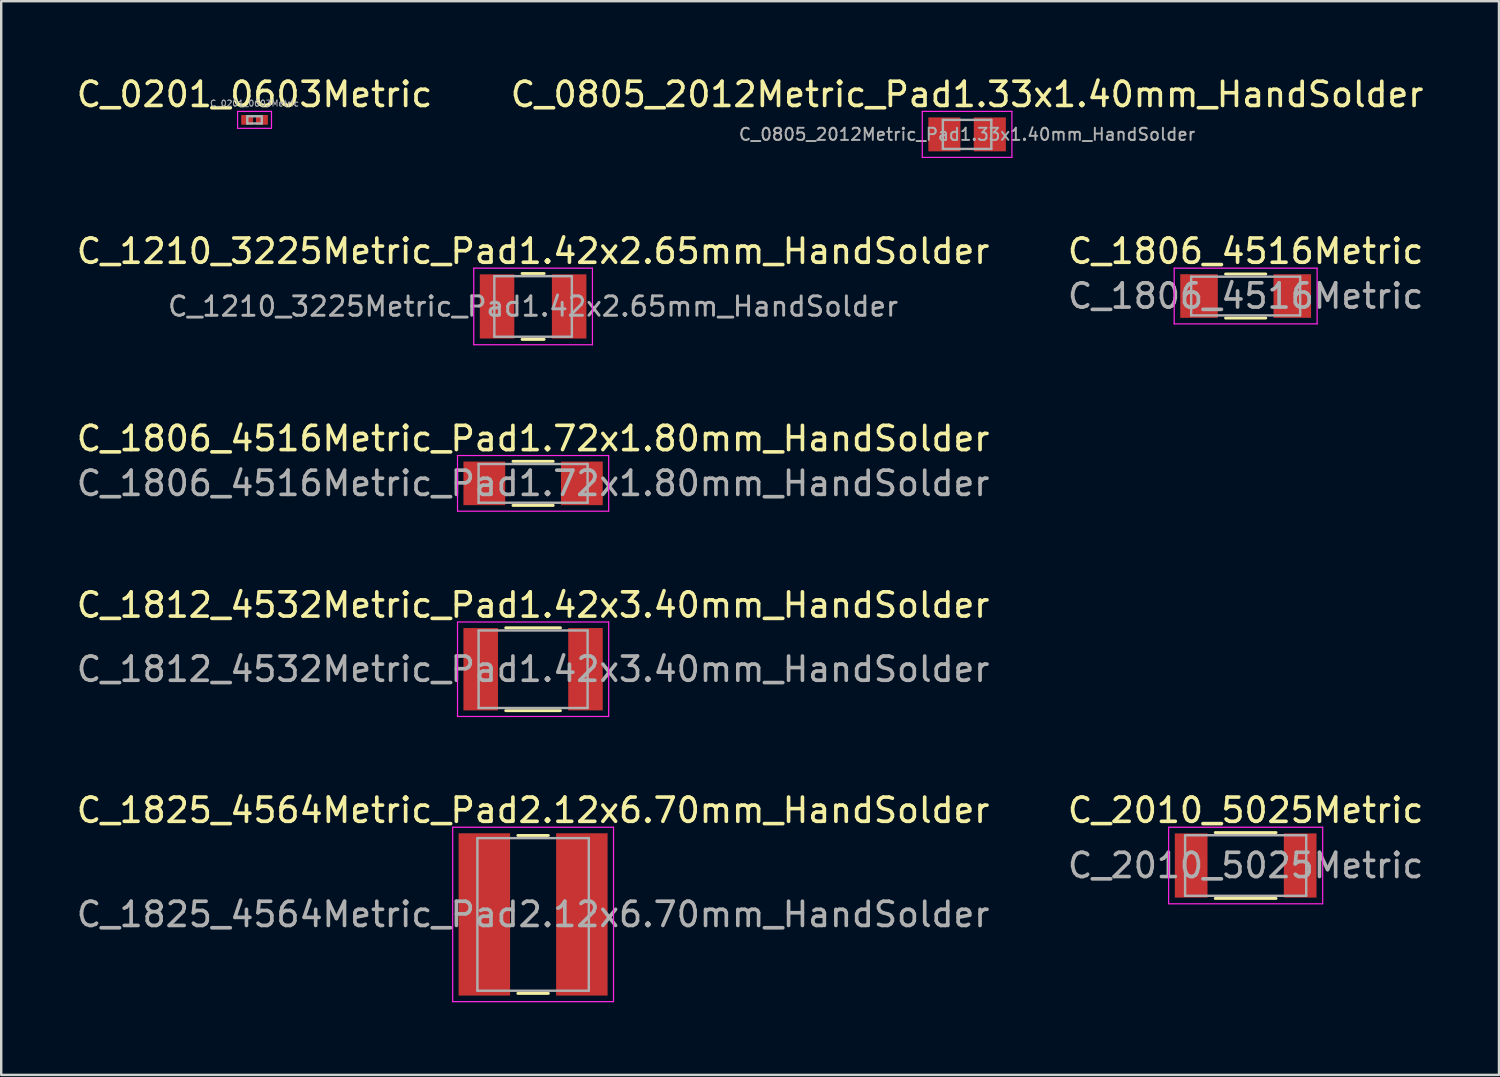
<source format=kicad_pcb>
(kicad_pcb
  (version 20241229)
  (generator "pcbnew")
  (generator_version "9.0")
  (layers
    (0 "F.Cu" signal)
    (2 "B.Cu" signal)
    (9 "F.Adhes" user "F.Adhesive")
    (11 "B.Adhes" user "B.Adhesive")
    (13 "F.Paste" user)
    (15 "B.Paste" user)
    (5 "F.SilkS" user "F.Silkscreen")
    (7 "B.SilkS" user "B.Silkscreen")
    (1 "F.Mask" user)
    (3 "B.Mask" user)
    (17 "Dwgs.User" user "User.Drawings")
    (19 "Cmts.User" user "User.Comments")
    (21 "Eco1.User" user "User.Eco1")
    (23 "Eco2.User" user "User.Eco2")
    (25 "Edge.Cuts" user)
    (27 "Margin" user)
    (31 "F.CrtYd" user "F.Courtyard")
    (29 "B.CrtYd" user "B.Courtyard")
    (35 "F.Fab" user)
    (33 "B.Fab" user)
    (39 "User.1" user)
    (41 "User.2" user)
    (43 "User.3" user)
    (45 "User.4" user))
  (footprint "C_1806_4516Metric_Pad1.72x1.80mm_HandSolder"
    (layer "F.Cu")
    (at 18.958 16.905)
    (property "Reference" "C_1806_4516Metric_Pad1.72x1.80mm_HandSolder" (at 0 -1.85 0) (layer "F.SilkS") (effects (font (size 1 1) (thickness 0.15))))
    (attr smd)
    (fp_line (start -0.83 -0.91) (end 0.83 -0.91) (stroke (width 0.12) (type solid)) (layer "F.SilkS"))
    (fp_line (start -0.83 0.91) (end 0.83 0.91) (stroke (width 0.12) (type solid)) (layer "F.SilkS"))
    (fp_line (start -3.12 -1.15) (end 3.12 -1.15) (stroke (width 0.05) (type solid)) (layer "F.CrtYd"))
    (fp_line (start -3.12 1.15) (end -3.12 -1.15) (stroke (width 0.05) (type solid)) (layer "F.CrtYd"))
    (fp_line (start 3.12 -1.15) (end 3.12 1.15) (stroke (width 0.05) (type solid)) (layer "F.CrtYd"))
    (fp_line (start 3.12 1.15) (end -3.12 1.15) (stroke (width 0.05) (type solid)) (layer "F.CrtYd"))
    (fp_line (start -2.25 -0.8) (end 2.25 -0.8) (stroke (width 0.1) (type solid)) (layer "F.Fab"))
    (fp_line (start -2.25 0.8) (end -2.25 -0.8) (stroke (width 0.1) (type solid)) (layer "F.Fab"))
    (fp_line (start 2.25 -0.8) (end 2.25 0.8) (stroke (width 0.1) (type solid)) (layer "F.Fab"))
    (fp_line (start 2.25 0.8) (end -2.25 0.8) (stroke (width 0.1) (type solid)) (layer "F.Fab"))
    (fp_text user "${REFERENCE}" (at 0 0 0) (layer "F.Fab") (effects (font (size 1 1) (thickness 0.15))))
    (pad "1" smd rect (at -2.013 0) (size 1.725 1.8) (layers "F.Cu" "F.Mask" "F.Paste"))
    (pad "2" smd rect (at 2.013 0) (size 1.725 1.8) (layers "F.Cu" "F.Mask" "F.Paste")))
  (footprint "C_0201_0603Metric"
    (layer "F.Cu")
    (at 7.458 1.898)
    (property "Reference" "C_0201_0603Metric" (at 0 -1.05 0) (layer "F.SilkS") (effects (font (size 1 1) (thickness 0.15))))
    (attr smd)
    (fp_line (start -0.7 -0.35) (end 0.7 -0.35) (stroke (width 0.05) (type solid)) (layer "F.CrtYd"))
    (fp_line (start -0.7 0.35) (end -0.7 -0.35) (stroke (width 0.05) (type solid)) (layer "F.CrtYd"))
    (fp_line (start 0.7 -0.35) (end 0.7 0.35) (stroke (width 0.05) (type solid)) (layer "F.CrtYd"))
    (fp_line (start 0.7 0.35) (end -0.7 0.35) (stroke (width 0.05) (type solid)) (layer "F.CrtYd"))
    (fp_line (start -0.3 -0.15) (end 0.3 -0.15) (stroke (width 0.1) (type solid)) (layer "F.Fab"))
    (fp_line (start -0.3 0.15) (end -0.3 -0.15) (stroke (width 0.1) (type solid)) (layer "F.Fab"))
    (fp_line (start 0.3 -0.15) (end 0.3 0.15) (stroke (width 0.1) (type solid)) (layer "F.Fab"))
    (fp_line (start 0.3 0.15) (end -0.3 0.15) (stroke (width 0.1) (type solid)) (layer "F.Fab"))
    (fp_text user "${REFERENCE}" (at 0 -0.68 0) (layer "F.Fab") (effects (font (size 0.25 0.25) (thickness 0.04))))
    (pad "" smd rect (at -0.33 0) (size 0.342 0.36) (layers "F.Paste"))
    (pad "" smd rect (at 0.33 0) (size 0.342 0.36) (layers "F.Paste"))
    (pad "1" smd rect (at -0.305 0) (size 0.49 0.4) (layers "F.Cu" "F.Mask"))
    (pad "2" smd rect (at 0.305 0) (size 0.49 0.4) (layers "F.Cu" "F.Mask")))
  (footprint "C_0805_2012Metric_Pad1.33x1.40mm_HandSolder"
    (layer "F.Cu")
    (at 36.875 2.498)
    (property "Reference" "C_0805_2012Metric_Pad1.33x1.40mm_HandSolder" (at 0 -1.65 0) (layer "F.SilkS") (effects (font (size 1 1) (thickness 0.15))))
    (attr smd)
    (fp_line (start -1.85 -0.95) (end 1.85 -0.95) (stroke (width 0.05) (type solid)) (layer "F.CrtYd"))
    (fp_line (start -1.85 0.95) (end -1.85 -0.95) (stroke (width 0.05) (type solid)) (layer "F.CrtYd"))
    (fp_line (start 1.85 -0.95) (end 1.85 0.95) (stroke (width 0.05) (type solid)) (layer "F.CrtYd"))
    (fp_line (start 1.85 0.95) (end -1.85 0.95) (stroke (width 0.05) (type solid)) (layer "F.CrtYd"))
    (fp_line (start -1 -0.6) (end 1 -0.6) (stroke (width 0.1) (type solid)) (layer "F.Fab"))
    (fp_line (start -1 0.6) (end -1 -0.6) (stroke (width 0.1) (type solid)) (layer "F.Fab"))
    (fp_line (start 1 -0.6) (end 1 0.6) (stroke (width 0.1) (type solid)) (layer "F.Fab"))
    (fp_line (start 1 0.6) (end -1 0.6) (stroke (width 0.1) (type solid)) (layer "F.Fab"))
    (fp_text user "${REFERENCE}" (at 0 0 0) (layer "F.Fab") (effects (font (size 0.5 0.5) (thickness 0.08))))
    (pad "1" smd rect (at -0.938 0) (size 1.325 1.4) (layers "F.Cu" "F.Mask" "F.Paste"))
    (pad "2" smd rect (at 0.938 0) (size 1.325 1.4) (layers "F.Cu" "F.Mask" "F.Paste")))
  (footprint "C_1825_4564Metric_Pad2.12x6.70mm_HandSolder"
    (layer "F.Cu")
    (at 18.958 34.701)
    (property "Reference" "C_1825_4564Metric_Pad2.12x6.70mm_HandSolder" (at 0 -4.3 0) (layer "F.SilkS") (effects (font (size 1 1) (thickness 0.15))))
    (attr smd)
    (fp_line (start -0.63 -3.26) (end 0.63 -3.26) (stroke (width 0.12) (type solid)) (layer "F.SilkS"))
    (fp_line (start -0.63 3.26) (end 0.63 3.26) (stroke (width 0.12) (type solid)) (layer "F.SilkS"))
    (fp_line (start -3.32 -3.6) (end 3.32 -3.6) (stroke (width 0.05) (type solid)) (layer "F.CrtYd"))
    (fp_line (start -3.32 3.6) (end -3.32 -3.6) (stroke (width 0.05) (type solid)) (layer "F.CrtYd"))
    (fp_line (start 3.32 -3.6) (end 3.32 3.6) (stroke (width 0.05) (type solid)) (layer "F.CrtYd"))
    (fp_line (start 3.32 3.6) (end -3.32 3.6) (stroke (width 0.05) (type solid)) (layer "F.CrtYd"))
    (fp_line (start -2.3 -3.15) (end 2.3 -3.15) (stroke (width 0.1) (type solid)) (layer "F.Fab"))
    (fp_line (start -2.3 3.15) (end -2.3 -3.15) (stroke (width 0.1) (type solid)) (layer "F.Fab"))
    (fp_line (start 2.3 -3.15) (end 2.3 3.15) (stroke (width 0.1) (type solid)) (layer "F.Fab"))
    (fp_line (start 2.3 3.15) (end -2.3 3.15) (stroke (width 0.1) (type solid)) (layer "F.Fab"))
    (fp_text user "${REFERENCE}" (at 0 0 0) (layer "F.Fab") (effects (font (size 1 1) (thickness 0.15))))
    (pad "1" smd rect (at -2.013 0) (size 2.125 6.7) (layers "F.Cu" "F.Mask" "F.Paste"))
    (pad "2" smd rect (at 2.013 0) (size 2.125 6.7) (layers "F.Cu" "F.Mask" "F.Paste")))
  (footprint "C_1806_4516Metric"
    (layer "F.Cu")
    (at 48.375 9.171)
    (property "Reference" "C_1806_4516Metric" (at 0 -1.85 0) (layer "F.SilkS") (effects (font (size 1 1) (thickness 0.15))))
    (attr smd)
    (fp_line (start -0.83 -0.91) (end 0.83 -0.91) (stroke (width 0.12) (type solid)) (layer "F.SilkS"))
    (fp_line (start -0.83 0.91) (end 0.83 0.91) (stroke (width 0.12) (type solid)) (layer "F.SilkS"))
    (fp_line (start -2.95 -1.15) (end 2.95 -1.15) (stroke (width 0.05) (type solid)) (layer "F.CrtYd"))
    (fp_line (start -2.95 1.15) (end -2.95 -1.15) (stroke (width 0.05) (type solid)) (layer "F.CrtYd"))
    (fp_line (start 2.95 -1.15) (end 2.95 1.15) (stroke (width 0.05) (type solid)) (layer "F.CrtYd"))
    (fp_line (start 2.95 1.15) (end -2.95 1.15) (stroke (width 0.05) (type solid)) (layer "F.CrtYd"))
    (fp_line (start -2.25 -0.8) (end 2.25 -0.8) (stroke (width 0.1) (type solid)) (layer "F.Fab"))
    (fp_line (start -2.25 0.8) (end -2.25 -0.8) (stroke (width 0.1) (type solid)) (layer "F.Fab"))
    (fp_line (start 2.25 -0.8) (end 2.25 0.8) (stroke (width 0.1) (type solid)) (layer "F.Fab"))
    (fp_line (start 2.25 0.8) (end -2.25 0.8) (stroke (width 0.1) (type solid)) (layer "F.Fab"))
    (fp_text user "${REFERENCE}" (at 0 0 0) (layer "F.Fab") (effects (font (size 1 1) (thickness 0.15))))
    (pad "1" smd rect (at -1.925 0) (size 1.55 1.8) (layers "F.Cu" "F.Mask" "F.Paste"))
    (pad "2" smd rect (at 1.925 0) (size 1.55 1.8) (layers "F.Cu" "F.Mask" "F.Paste")))
  (footprint "C_1812_4532Metric_Pad1.42x3.40mm_HandSolder"
    (layer "F.Cu")
    (at 18.958 24.578)
    (property "Reference" "C_1812_4532Metric_Pad1.42x3.40mm_HandSolder" (at 0 -2.65 0) (layer "F.SilkS") (effects (font (size 1 1) (thickness 0.15))))
    (attr smd)
    (fp_line (start -1.13 -1.71) (end 1.13 -1.71) (stroke (width 0.12) (type solid)) (layer "F.SilkS"))
    (fp_line (start -1.13 1.71) (end 1.13 1.71) (stroke (width 0.12) (type solid)) (layer "F.SilkS"))
    (fp_line (start -3.12 -1.95) (end 3.12 -1.95) (stroke (width 0.05) (type solid)) (layer "F.CrtYd"))
    (fp_line (start -3.12 1.95) (end -3.12 -1.95) (stroke (width 0.05) (type solid)) (layer "F.CrtYd"))
    (fp_line (start 3.12 -1.95) (end 3.12 1.95) (stroke (width 0.05) (type solid)) (layer "F.CrtYd"))
    (fp_line (start 3.12 1.95) (end -3.12 1.95) (stroke (width 0.05) (type solid)) (layer "F.CrtYd"))
    (fp_line (start -2.25 -1.6) (end 2.25 -1.6) (stroke (width 0.1) (type solid)) (layer "F.Fab"))
    (fp_line (start -2.25 1.6) (end -2.25 -1.6) (stroke (width 0.1) (type solid)) (layer "F.Fab"))
    (fp_line (start 2.25 -1.6) (end 2.25 1.6) (stroke (width 0.1) (type solid)) (layer "F.Fab"))
    (fp_line (start 2.25 1.6) (end -2.25 1.6) (stroke (width 0.1) (type solid)) (layer "F.Fab"))
    (fp_text user "${REFERENCE}" (at 0 0 0) (layer "F.Fab") (effects (font (size 1 1) (thickness 0.15))))
    (pad "1" smd rect (at -2.163 0) (size 1.425 3.4) (layers "F.Cu" "F.Mask" "F.Paste"))
    (pad "2" smd rect (at 2.163 0) (size 1.425 3.4) (layers "F.Cu" "F.Mask" "F.Paste")))
  (footprint "C_2010_5025Metric"
    (layer "F.Cu")
    (at 48.375 32.681)
    (property "Reference" "C_2010_5025Metric" (at 0 -2.28 0) (layer "F.SilkS") (effects (font (size 1 1) (thickness 0.15))))
    (attr smd)
    (fp_line (start -1.255 -1.36) (end 1.255 -1.36) (stroke (width 0.12) (type solid)) (layer "F.SilkS"))
    (fp_line (start -1.255 1.36) (end 1.255 1.36) (stroke (width 0.12) (type solid)) (layer "F.SilkS"))
    (fp_line (start -3.18 -1.58) (end 3.18 -1.58) (stroke (width 0.05) (type solid)) (layer "F.CrtYd"))
    (fp_line (start -3.18 1.58) (end -3.18 -1.58) (stroke (width 0.05) (type solid)) (layer "F.CrtYd"))
    (fp_line (start 3.18 -1.58) (end 3.18 1.58) (stroke (width 0.05) (type solid)) (layer "F.CrtYd"))
    (fp_line (start 3.18 1.58) (end -3.18 1.58) (stroke (width 0.05) (type solid)) (layer "F.CrtYd"))
    (fp_line (start -2.5 -1.25) (end 2.5 -1.25) (stroke (width 0.1) (type solid)) (layer "F.Fab"))
    (fp_line (start -2.5 1.25) (end -2.5 -1.25) (stroke (width 0.1) (type solid)) (layer "F.Fab"))
    (fp_line (start 2.5 -1.25) (end 2.5 1.25) (stroke (width 0.1) (type solid)) (layer "F.Fab"))
    (fp_line (start 2.5 1.25) (end -2.5 1.25) (stroke (width 0.1) (type solid)) (layer "F.Fab"))
    (fp_text user "${REFERENCE}" (at 0 0 0) (layer "F.Fab") (effects (font (size 1 1) (thickness 0.15))))
    (pad "1" smd rect (at -2.25 0) (size 1.35 2.65) (layers "F.Cu" "F.Mask" "F.Paste"))
    (pad "2" smd rect (at 2.25 0) (size 1.35 2.65) (layers "F.Cu" "F.Mask" "F.Paste")))
  (footprint "C_1210_3225Metric_Pad1.42x2.65mm_HandSolder"
    (layer "F.Cu")
    (at 18.958 9.601)
    (property "Reference" "C_1210_3225Metric_Pad1.42x2.65mm_HandSolder" (at 0 -2.28 0) (layer "F.SilkS") (effects (font (size 1 1) (thickness 0.15))))
    (attr smd)
    (fp_line (start -0.455 -1.36) (end 0.455 -1.36) (stroke (width 0.12) (type solid)) (layer "F.SilkS"))
    (fp_line (start -0.455 1.36) (end 0.455 1.36) (stroke (width 0.12) (type solid)) (layer "F.SilkS"))
    (fp_line (start -2.45 -1.58) (end 2.45 -1.58) (stroke (width 0.05) (type solid)) (layer "F.CrtYd"))
    (fp_line (start -2.45 1.58) (end -2.45 -1.58) (stroke (width 0.05) (type solid)) (layer "F.CrtYd"))
    (fp_line (start 2.45 -1.58) (end 2.45 1.58) (stroke (width 0.05) (type solid)) (layer "F.CrtYd"))
    (fp_line (start 2.45 1.58) (end -2.45 1.58) (stroke (width 0.05) (type solid)) (layer "F.CrtYd"))
    (fp_line (start -1.6 -1.25) (end 1.6 -1.25) (stroke (width 0.1) (type solid)) (layer "F.Fab"))
    (fp_line (start -1.6 1.25) (end -1.6 -1.25) (stroke (width 0.1) (type solid)) (layer "F.Fab"))
    (fp_line (start 1.6 -1.25) (end 1.6 1.25) (stroke (width 0.1) (type solid)) (layer "F.Fab"))
    (fp_line (start 1.6 1.25) (end -1.6 1.25) (stroke (width 0.1) (type solid)) (layer "F.Fab"))
    (fp_text user "${REFERENCE}" (at 0 0 0) (layer "F.Fab") (effects (font (size 0.8 0.8) (thickness 0.12))))
    (pad "1" smd rect (at -1.488 0) (size 1.425 2.65) (layers "F.Cu" "F.Mask" "F.Paste"))
    (pad "2" smd rect (at 1.488 0) (size 1.425 2.65) (layers "F.Cu" "F.Mask" "F.Paste")))
  (gr_rect
    (start -3 -3)
    (end 58.833 41.326)
    (stroke (width 0.1) (type default))
    (fill no)
    (layer "Edge.Cuts")))
</source>
